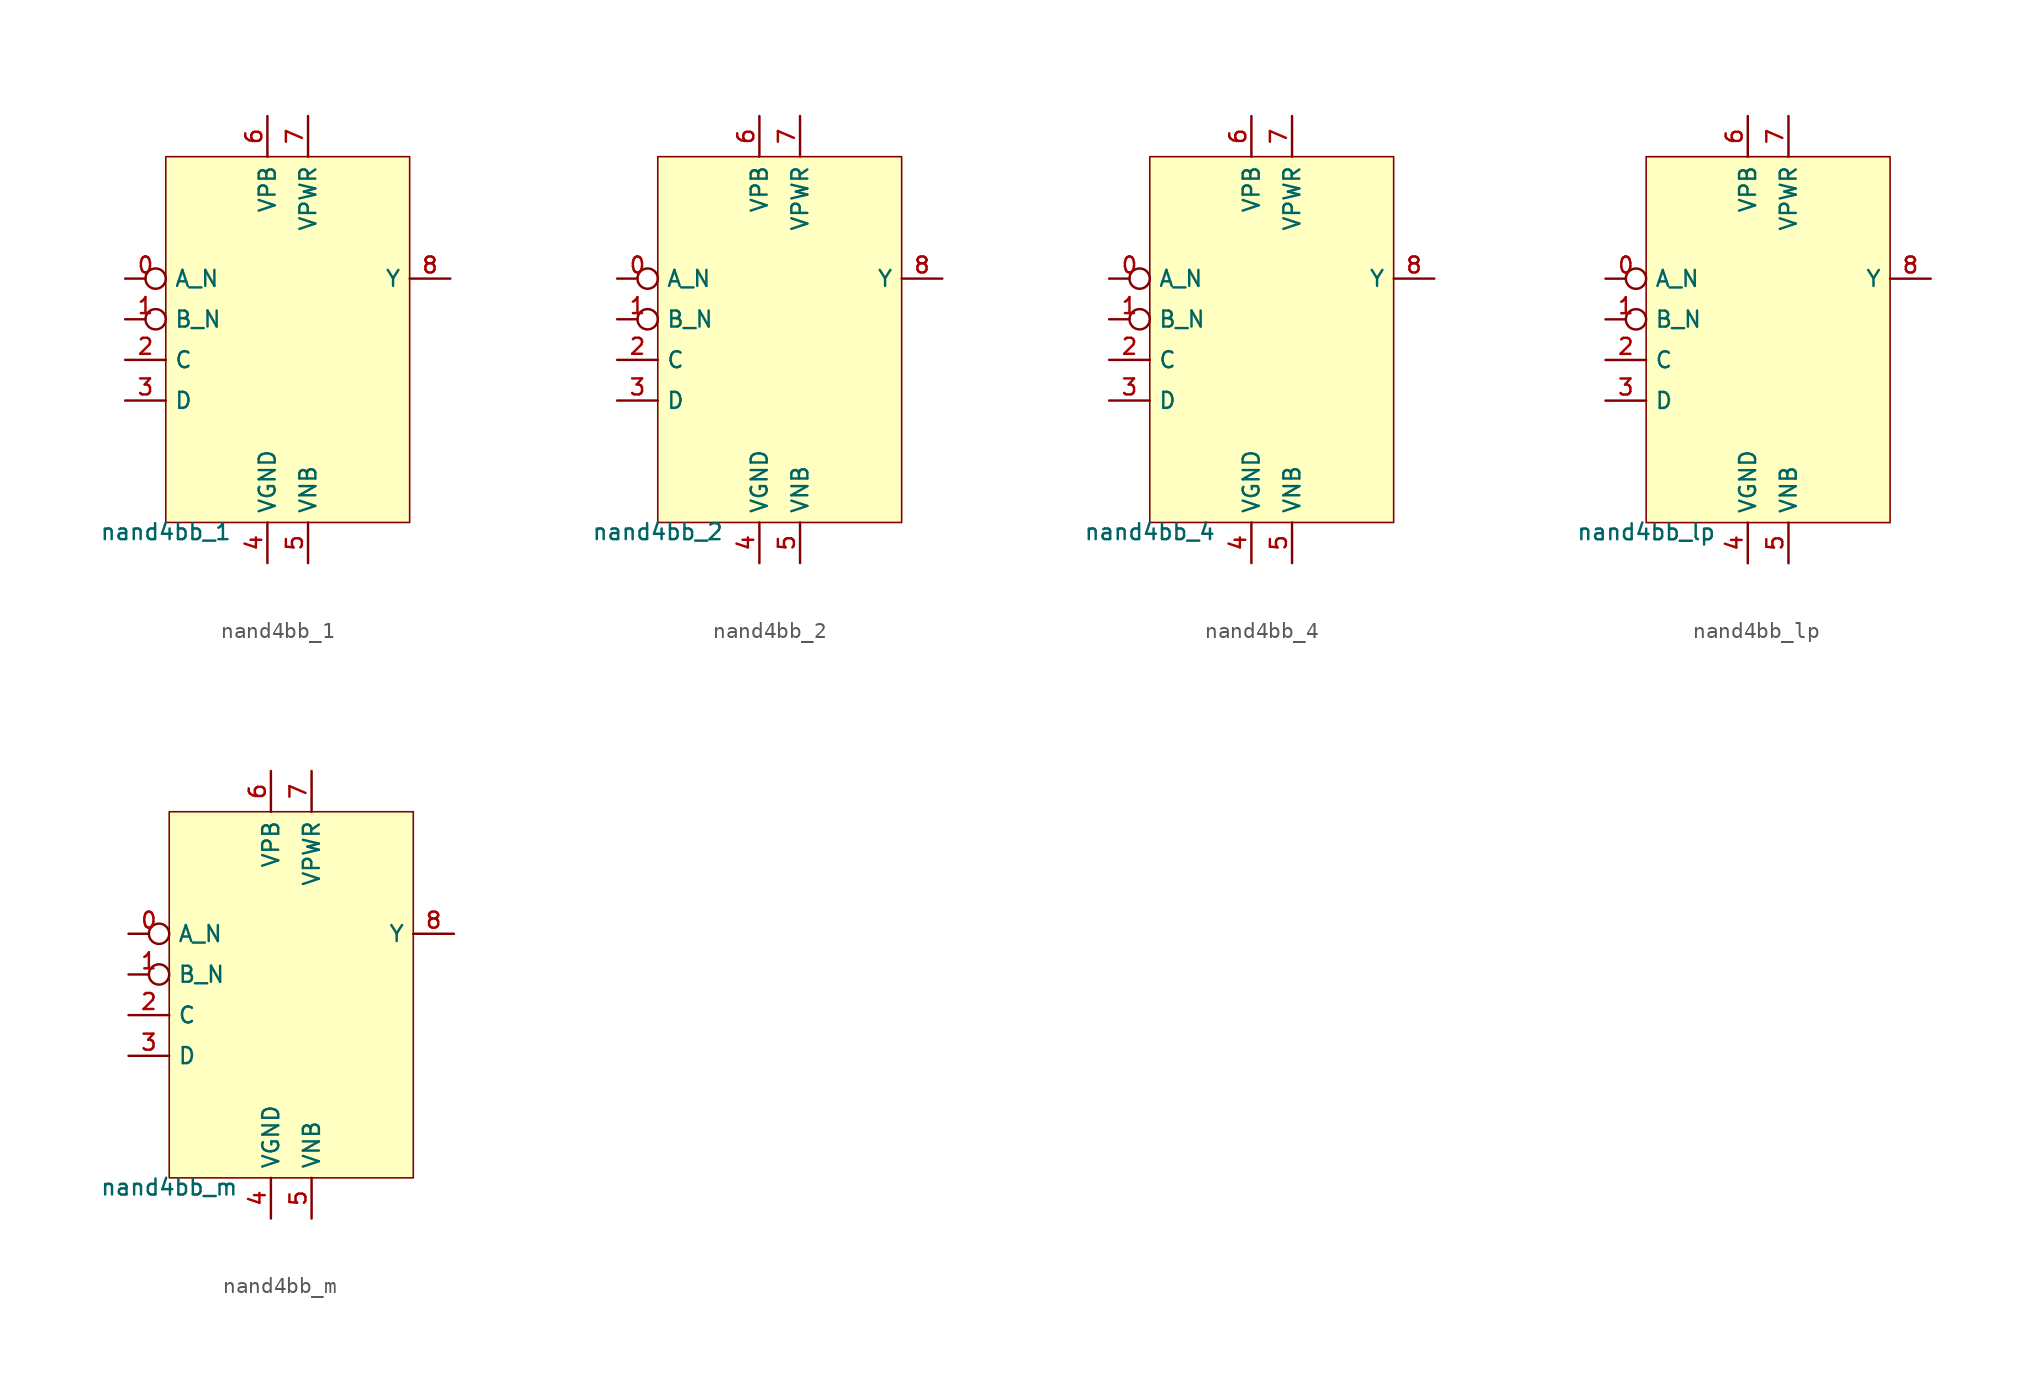
<source format=kicad_sym>
(kicad_symbol_lib
  (version 20211014)
  (generator pdk2kicad)
  (symbol "nand4bb_1"
    (property "Reference" "X"
      (at 0 0 0)
      (effects (font (size 1 1)) hide))
    (property "Value" "nand4bb_1"
      (at -7.62 -11.43 0)
      (effects (font (size 1 1)) (justify top)))
    (rectangle
      (start -7.62 -11.43)
      (end 7.62 11.43)
      (stroke (width 0.1) (type solid) (color 0 0 0 0))
      (fill (type background)))
    (pin input inverted
      (at -10.16 3.81 0)
      (length 2.54)
      (name "A_N" (effects (font (size 1 1)) hide))
      (number "0" (effects (font (size 1 1)) hide)))
    (pin input inverted
      (at -10.16 1.27 0)
      (length 2.54)
      (name "B_N" (effects (font (size 1 1)) hide))
      (number "1" (effects (font (size 1 1)) hide)))
    (pin input line
      (at -10.16 -1.27 0)
      (length 2.54)
      (name "C" (effects (font (size 1 1)) hide))
      (number "2" (effects (font (size 1 1)) hide)))
    (pin input line
      (at -10.16 -3.81 0)
      (length 2.54)
      (name "D" (effects (font (size 1 1)) hide))
      (number "3" (effects (font (size 1 1)) hide)))
    (pin power_in line
      (at -1.27 -13.97 90)
      (length 2.54)
      (name "VGND" (effects (font (size 1 1)) hide))
      (number "4" (effects (font (size 1 1)) hide)))
    (pin power_in line
      (at 1.27 -13.97 90)
      (length 2.54)
      (name "VNB" (effects (font (size 1 1)) hide))
      (number "5" (effects (font (size 1 1)) hide)))
    (pin power_in line
      (at -1.27 13.97 270)
      (length 2.54)
      (name "VPB" (effects (font (size 1 1)) hide))
      (number "6" (effects (font (size 1 1)) hide)))
    (pin power_in line
      (at 1.27 13.97 270)
      (length 2.54)
      (name "VPWR" (effects (font (size 1 1)) hide))
      (number "7" (effects (font (size 1 1)) hide)))
    (pin output line
      (at 10.16 3.81 180)
      (length 2.54)
      (name "Y" (effects (font (size 1 1)) hide))
      (number "8" (effects (font (size 1 1)) hide))))
  (symbol "nand4bb_2"
    (property "Reference" "X"
      (at 0 0 0)
      (effects (font (size 1 1)) hide))
    (property "Value" "nand4bb_2"
      (at -7.62 -11.43 0)
      (effects (font (size 1 1)) (justify top)))
    (rectangle
      (start -7.62 -11.43)
      (end 7.62 11.43)
      (stroke (width 0.1) (type solid) (color 0 0 0 0))
      (fill (type background)))
    (pin input inverted
      (at -10.16 3.81 0)
      (length 2.54)
      (name "A_N" (effects (font (size 1 1)) hide))
      (number "0" (effects (font (size 1 1)) hide)))
    (pin input inverted
      (at -10.16 1.27 0)
      (length 2.54)
      (name "B_N" (effects (font (size 1 1)) hide))
      (number "1" (effects (font (size 1 1)) hide)))
    (pin input line
      (at -10.16 -1.27 0)
      (length 2.54)
      (name "C" (effects (font (size 1 1)) hide))
      (number "2" (effects (font (size 1 1)) hide)))
    (pin input line
      (at -10.16 -3.81 0)
      (length 2.54)
      (name "D" (effects (font (size 1 1)) hide))
      (number "3" (effects (font (size 1 1)) hide)))
    (pin power_in line
      (at -1.27 -13.97 90)
      (length 2.54)
      (name "VGND" (effects (font (size 1 1)) hide))
      (number "4" (effects (font (size 1 1)) hide)))
    (pin power_in line
      (at 1.27 -13.97 90)
      (length 2.54)
      (name "VNB" (effects (font (size 1 1)) hide))
      (number "5" (effects (font (size 1 1)) hide)))
    (pin power_in line
      (at -1.27 13.97 270)
      (length 2.54)
      (name "VPB" (effects (font (size 1 1)) hide))
      (number "6" (effects (font (size 1 1)) hide)))
    (pin power_in line
      (at 1.27 13.97 270)
      (length 2.54)
      (name "VPWR" (effects (font (size 1 1)) hide))
      (number "7" (effects (font (size 1 1)) hide)))
    (pin output line
      (at 10.16 3.81 180)
      (length 2.54)
      (name "Y" (effects (font (size 1 1)) hide))
      (number "8" (effects (font (size 1 1)) hide))))
  (symbol "nand4bb_4"
    (property "Reference" "X"
      (at 0 0 0)
      (effects (font (size 1 1)) hide))
    (property "Value" "nand4bb_4"
      (at -7.62 -11.43 0)
      (effects (font (size 1 1)) (justify top)))
    (rectangle
      (start -7.62 -11.43)
      (end 7.62 11.43)
      (stroke (width 0.1) (type solid) (color 0 0 0 0))
      (fill (type background)))
    (pin input inverted
      (at -10.16 3.81 0)
      (length 2.54)
      (name "A_N" (effects (font (size 1 1)) hide))
      (number "0" (effects (font (size 1 1)) hide)))
    (pin input inverted
      (at -10.16 1.27 0)
      (length 2.54)
      (name "B_N" (effects (font (size 1 1)) hide))
      (number "1" (effects (font (size 1 1)) hide)))
    (pin input line
      (at -10.16 -1.27 0)
      (length 2.54)
      (name "C" (effects (font (size 1 1)) hide))
      (number "2" (effects (font (size 1 1)) hide)))
    (pin input line
      (at -10.16 -3.81 0)
      (length 2.54)
      (name "D" (effects (font (size 1 1)) hide))
      (number "3" (effects (font (size 1 1)) hide)))
    (pin power_in line
      (at -1.27 -13.97 90)
      (length 2.54)
      (name "VGND" (effects (font (size 1 1)) hide))
      (number "4" (effects (font (size 1 1)) hide)))
    (pin power_in line
      (at 1.27 -13.97 90)
      (length 2.54)
      (name "VNB" (effects (font (size 1 1)) hide))
      (number "5" (effects (font (size 1 1)) hide)))
    (pin power_in line
      (at -1.27 13.97 270)
      (length 2.54)
      (name "VPB" (effects (font (size 1 1)) hide))
      (number "6" (effects (font (size 1 1)) hide)))
    (pin power_in line
      (at 1.27 13.97 270)
      (length 2.54)
      (name "VPWR" (effects (font (size 1 1)) hide))
      (number "7" (effects (font (size 1 1)) hide)))
    (pin output line
      (at 10.16 3.81 180)
      (length 2.54)
      (name "Y" (effects (font (size 1 1)) hide))
      (number "8" (effects (font (size 1 1)) hide))))
  (symbol "nand4bb_lp"
    (property "Reference" "X"
      (at 0 0 0)
      (effects (font (size 1 1)) hide))
    (property "Value" "nand4bb_lp"
      (at -7.62 -11.43 0)
      (effects (font (size 1 1)) (justify top)))
    (rectangle
      (start -7.62 -11.43)
      (end 7.62 11.43)
      (stroke (width 0.1) (type solid) (color 0 0 0 0))
      (fill (type background)))
    (pin input inverted
      (at -10.16 3.81 0)
      (length 2.54)
      (name "A_N" (effects (font (size 1 1)) hide))
      (number "0" (effects (font (size 1 1)) hide)))
    (pin input inverted
      (at -10.16 1.27 0)
      (length 2.54)
      (name "B_N" (effects (font (size 1 1)) hide))
      (number "1" (effects (font (size 1 1)) hide)))
    (pin input line
      (at -10.16 -1.27 0)
      (length 2.54)
      (name "C" (effects (font (size 1 1)) hide))
      (number "2" (effects (font (size 1 1)) hide)))
    (pin input line
      (at -10.16 -3.81 0)
      (length 2.54)
      (name "D" (effects (font (size 1 1)) hide))
      (number "3" (effects (font (size 1 1)) hide)))
    (pin power_in line
      (at -1.27 -13.97 90)
      (length 2.54)
      (name "VGND" (effects (font (size 1 1)) hide))
      (number "4" (effects (font (size 1 1)) hide)))
    (pin power_in line
      (at 1.27 -13.97 90)
      (length 2.54)
      (name "VNB" (effects (font (size 1 1)) hide))
      (number "5" (effects (font (size 1 1)) hide)))
    (pin power_in line
      (at -1.27 13.97 270)
      (length 2.54)
      (name "VPB" (effects (font (size 1 1)) hide))
      (number "6" (effects (font (size 1 1)) hide)))
    (pin power_in line
      (at 1.27 13.97 270)
      (length 2.54)
      (name "VPWR" (effects (font (size 1 1)) hide))
      (number "7" (effects (font (size 1 1)) hide)))
    (pin output line
      (at 10.16 3.81 180)
      (length 2.54)
      (name "Y" (effects (font (size 1 1)) hide))
      (number "8" (effects (font (size 1 1)) hide))))
  (symbol "nand4bb_m"
    (property "Reference" "X"
      (at 0 0 0)
      (effects (font (size 1 1)) hide))
    (property "Value" "nand4bb_m"
      (at -7.62 -11.43 0)
      (effects (font (size 1 1)) (justify top)))
    (rectangle
      (start -7.62 -11.43)
      (end 7.62 11.43)
      (stroke (width 0.1) (type solid) (color 0 0 0 0))
      (fill (type background)))
    (pin input inverted
      (at -10.16 3.81 0)
      (length 2.54)
      (name "A_N" (effects (font (size 1 1)) hide))
      (number "0" (effects (font (size 1 1)) hide)))
    (pin input inverted
      (at -10.16 1.27 0)
      (length 2.54)
      (name "B_N" (effects (font (size 1 1)) hide))
      (number "1" (effects (font (size 1 1)) hide)))
    (pin input line
      (at -10.16 -1.27 0)
      (length 2.54)
      (name "C" (effects (font (size 1 1)) hide))
      (number "2" (effects (font (size 1 1)) hide)))
    (pin input line
      (at -10.16 -3.81 0)
      (length 2.54)
      (name "D" (effects (font (size 1 1)) hide))
      (number "3" (effects (font (size 1 1)) hide)))
    (pin power_in line
      (at -1.27 -13.97 90)
      (length 2.54)
      (name "VGND" (effects (font (size 1 1)) hide))
      (number "4" (effects (font (size 1 1)) hide)))
    (pin power_in line
      (at 1.27 -13.97 90)
      (length 2.54)
      (name "VNB" (effects (font (size 1 1)) hide))
      (number "5" (effects (font (size 1 1)) hide)))
    (pin power_in line
      (at -1.27 13.97 270)
      (length 2.54)
      (name "VPB" (effects (font (size 1 1)) hide))
      (number "6" (effects (font (size 1 1)) hide)))
    (pin power_in line
      (at 1.27 13.97 270)
      (length 2.54)
      (name "VPWR" (effects (font (size 1 1)) hide))
      (number "7" (effects (font (size 1 1)) hide)))
    (pin output line
      (at 10.16 3.81 180)
      (length 2.54)
      (name "Y" (effects (font (size 1 1)) hide))
      (number "8" (effects (font (size 1 1)) hide)))))
</source>
